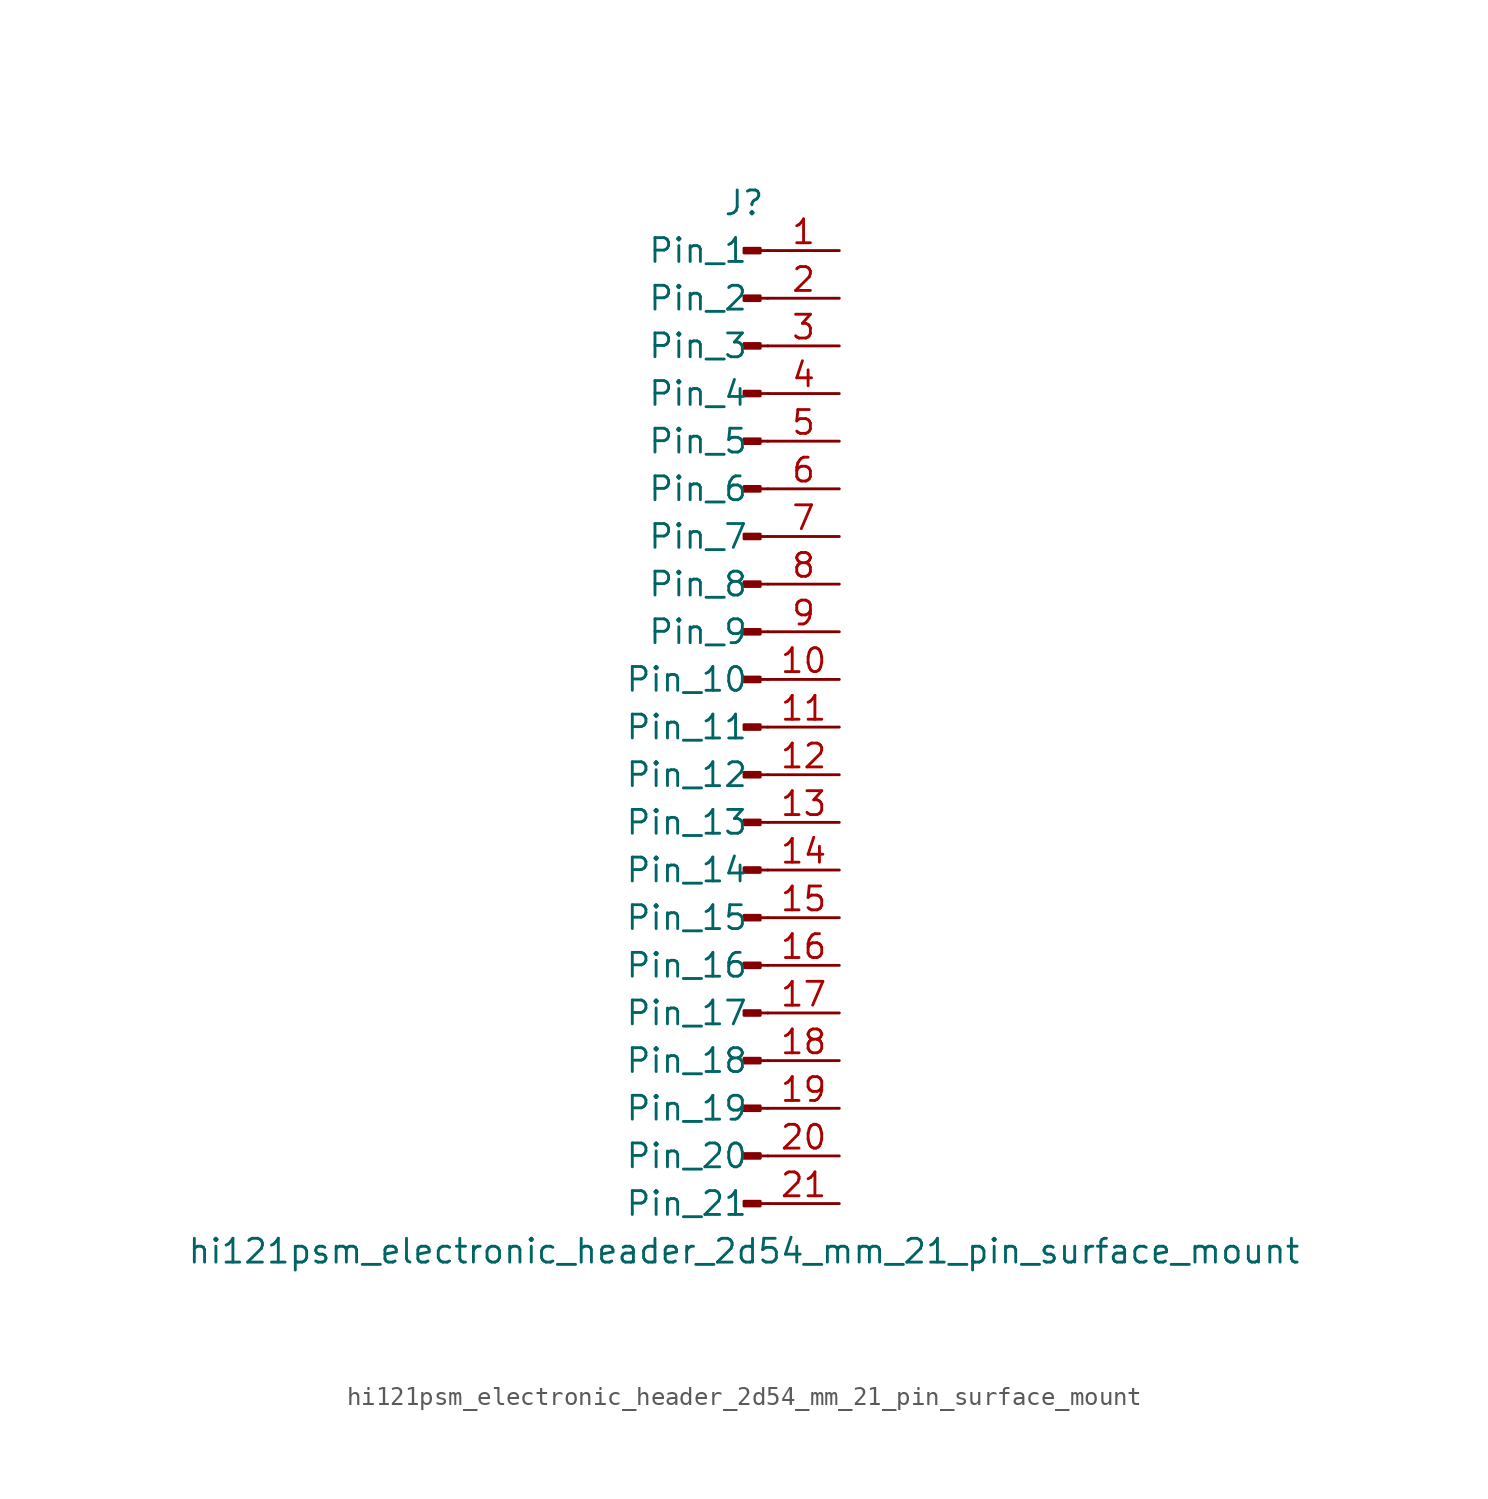
<source format=kicad_sym>
(kicad_symbol_lib
  (version 20220914)
  (generator kicad_symbol_editor)
  (symbol "hi121psm_electronic_header_2d54_mm_21_pin_surface_mount"
    (pin_names
      (offset 1.016))
    (property "Reference" "J"
      (at 0 27.94 0)
      (effects (font (size 1.27 1.27))))
    (property "Value" "hi121psm_electronic_header_2d54_mm_21_pin_surface_mount"
      (at 0 -27.94 0)
      (effects (font (size 1.27 1.27))))
    (property "ki_locked" ""
      (at 0 0 0)
      (effects (font (size 1.27 1.27))))
    (symbol "hi121psm_electronic_header_2d54_mm_21_pin_surface_mount_1_1"
      (polyline (pts (xy 1.27 -25.4) (xy 0.864 -25.4)) (stroke (width 0.152) (type default)) (fill (type none)))
      (polyline (pts (xy 1.27 -22.86) (xy 0.864 -22.86)) (stroke (width 0.152) (type default)) (fill (type none)))
      (polyline (pts (xy 1.27 -20.32) (xy 0.864 -20.32)) (stroke (width 0.152) (type default)) (fill (type none)))
      (polyline (pts (xy 1.27 -17.78) (xy 0.864 -17.78)) (stroke (width 0.152) (type default)) (fill (type none)))
      (polyline (pts (xy 1.27 -15.24) (xy 0.864 -15.24)) (stroke (width 0.152) (type default)) (fill (type none)))
      (polyline (pts (xy 1.27 -12.7) (xy 0.864 -12.7)) (stroke (width 0.152) (type default)) (fill (type none)))
      (polyline (pts (xy 1.27 -10.16) (xy 0.864 -10.16)) (stroke (width 0.152) (type default)) (fill (type none)))
      (polyline (pts (xy 1.27 -7.62) (xy 0.864 -7.62)) (stroke (width 0.152) (type default)) (fill (type none)))
      (polyline (pts (xy 1.27 -5.08) (xy 0.864 -5.08)) (stroke (width 0.152) (type default)) (fill (type none)))
      (polyline (pts (xy 1.27 -2.54) (xy 0.864 -2.54)) (stroke (width 0.152) (type default)) (fill (type none)))
      (polyline (pts (xy 1.27 0) (xy 0.864 0)) (stroke (width 0.152) (type default)) (fill (type none)))
      (polyline (pts (xy 1.27 2.54) (xy 0.864 2.54)) (stroke (width 0.152) (type default)) (fill (type none)))
      (polyline (pts (xy 1.27 5.08) (xy 0.864 5.08)) (stroke (width 0.152) (type default)) (fill (type none)))
      (polyline (pts (xy 1.27 7.62) (xy 0.864 7.62)) (stroke (width 0.152) (type default)) (fill (type none)))
      (polyline (pts (xy 1.27 10.16) (xy 0.864 10.16)) (stroke (width 0.152) (type default)) (fill (type none)))
      (polyline (pts (xy 1.27 12.7) (xy 0.864 12.7)) (stroke (width 0.152) (type default)) (fill (type none)))
      (polyline (pts (xy 1.27 15.24) (xy 0.864 15.24)) (stroke (width 0.152) (type default)) (fill (type none)))
      (polyline (pts (xy 1.27 17.78) (xy 0.864 17.78)) (stroke (width 0.152) (type default)) (fill (type none)))
      (polyline (pts (xy 1.27 20.32) (xy 0.864 20.32)) (stroke (width 0.152) (type default)) (fill (type none)))
      (polyline (pts (xy 1.27 22.86) (xy 0.864 22.86)) (stroke (width 0.152) (type default)) (fill (type none)))
      (polyline (pts (xy 1.27 25.4) (xy 0.864 25.4)) (stroke (width 0.152) (type default)) (fill (type none)))
      (rectangle (start 0.864 -25.273) (end 0 -25.527) (stroke (width 0.152) (type default)) (fill (type outline)))
      (rectangle (start 0.864 -22.733) (end 0 -22.987) (stroke (width 0.152) (type default)) (fill (type outline)))
      (rectangle (start 0.864 -20.193) (end 0 -20.447) (stroke (width 0.152) (type default)) (fill (type outline)))
      (rectangle (start 0.864 -17.653) (end 0 -17.907) (stroke (width 0.152) (type default)) (fill (type outline)))
      (rectangle (start 0.864 -15.113) (end 0 -15.367) (stroke (width 0.152) (type default)) (fill (type outline)))
      (rectangle (start 0.864 -12.573) (end 0 -12.827) (stroke (width 0.152) (type default)) (fill (type outline)))
      (rectangle (start 0.864 -10.033) (end 0 -10.287) (stroke (width 0.152) (type default)) (fill (type outline)))
      (rectangle (start 0.864 -7.493) (end 0 -7.747) (stroke (width 0.152) (type default)) (fill (type outline)))
      (rectangle (start 0.864 -4.953) (end 0 -5.207) (stroke (width 0.152) (type default)) (fill (type outline)))
      (rectangle (start 0.864 -2.413) (end 0 -2.667) (stroke (width 0.152) (type default)) (fill (type outline)))
      (rectangle (start 0.864 0.127) (end 0 -0.127) (stroke (width 0.152) (type default)) (fill (type outline)))
      (rectangle (start 0.864 2.667) (end 0 2.413) (stroke (width 0.152) (type default)) (fill (type outline)))
      (rectangle (start 0.864 5.207) (end 0 4.953) (stroke (width 0.152) (type default)) (fill (type outline)))
      (rectangle (start 0.864 7.747) (end 0 7.493) (stroke (width 0.152) (type default)) (fill (type outline)))
      (rectangle (start 0.864 10.287) (end 0 10.033) (stroke (width 0.152) (type default)) (fill (type outline)))
      (rectangle (start 0.864 12.827) (end 0 12.573) (stroke (width 0.152) (type default)) (fill (type outline)))
      (rectangle (start 0.864 15.367) (end 0 15.113) (stroke (width 0.152) (type default)) (fill (type outline)))
      (rectangle (start 0.864 17.907) (end 0 17.653) (stroke (width 0.152) (type default)) (fill (type outline)))
      (rectangle (start 0.864 20.447) (end 0 20.193) (stroke (width 0.152) (type default)) (fill (type outline)))
      (rectangle (start 0.864 22.987) (end 0 22.733) (stroke (width 0.152) (type default)) (fill (type outline)))
      (rectangle (start 0.864 25.527) (end 0 25.273) (stroke (width 0.152) (type default)) (fill (type outline)))
      (pin passive line (at 5.08 25.4 180) (length 3.81) (name "Pin_1" (effects (font (size 1.27 1.27)))) (number "1" (effects (font (size 1.27 1.27)))))
      (pin passive line (at 5.08 2.54 180) (length 3.81) (name "Pin_10" (effects (font (size 1.27 1.27)))) (number "10" (effects (font (size 1.27 1.27)))))
      (pin passive line (at 5.08 0 180) (length 3.81) (name "Pin_11" (effects (font (size 1.27 1.27)))) (number "11" (effects (font (size 1.27 1.27)))))
      (pin passive line (at 5.08 -2.54 180) (length 3.81) (name "Pin_12" (effects (font (size 1.27 1.27)))) (number "12" (effects (font (size 1.27 1.27)))))
      (pin passive line (at 5.08 -5.08 180) (length 3.81) (name "Pin_13" (effects (font (size 1.27 1.27)))) (number "13" (effects (font (size 1.27 1.27)))))
      (pin passive line (at 5.08 -7.62 180) (length 3.81) (name "Pin_14" (effects (font (size 1.27 1.27)))) (number "14" (effects (font (size 1.27 1.27)))))
      (pin passive line (at 5.08 -10.16 180) (length 3.81) (name "Pin_15" (effects (font (size 1.27 1.27)))) (number "15" (effects (font (size 1.27 1.27)))))
      (pin passive line (at 5.08 -12.7 180) (length 3.81) (name "Pin_16" (effects (font (size 1.27 1.27)))) (number "16" (effects (font (size 1.27 1.27)))))
      (pin passive line (at 5.08 -15.24 180) (length 3.81) (name "Pin_17" (effects (font (size 1.27 1.27)))) (number "17" (effects (font (size 1.27 1.27)))))
      (pin passive line (at 5.08 -17.78 180) (length 3.81) (name "Pin_18" (effects (font (size 1.27 1.27)))) (number "18" (effects (font (size 1.27 1.27)))))
      (pin passive line (at 5.08 -20.32 180) (length 3.81) (name "Pin_19" (effects (font (size 1.27 1.27)))) (number "19" (effects (font (size 1.27 1.27)))))
      (pin passive line (at 5.08 22.86 180) (length 3.81) (name "Pin_2" (effects (font (size 1.27 1.27)))) (number "2" (effects (font (size 1.27 1.27)))))
      (pin passive line (at 5.08 -22.86 180) (length 3.81) (name "Pin_20" (effects (font (size 1.27 1.27)))) (number "20" (effects (font (size 1.27 1.27)))))
      (pin passive line (at 5.08 -25.4 180) (length 3.81) (name "Pin_21" (effects (font (size 1.27 1.27)))) (number "21" (effects (font (size 1.27 1.27)))))
      (pin passive line (at 5.08 20.32 180) (length 3.81) (name "Pin_3" (effects (font (size 1.27 1.27)))) (number "3" (effects (font (size 1.27 1.27)))))
      (pin passive line (at 5.08 17.78 180) (length 3.81) (name "Pin_4" (effects (font (size 1.27 1.27)))) (number "4" (effects (font (size 1.27 1.27)))))
      (pin passive line (at 5.08 15.24 180) (length 3.81) (name "Pin_5" (effects (font (size 1.27 1.27)))) (number "5" (effects (font (size 1.27 1.27)))))
      (pin passive line (at 5.08 12.7 180) (length 3.81) (name "Pin_6" (effects (font (size 1.27 1.27)))) (number "6" (effects (font (size 1.27 1.27)))))
      (pin passive line (at 5.08 10.16 180) (length 3.81) (name "Pin_7" (effects (font (size 1.27 1.27)))) (number "7" (effects (font (size 1.27 1.27)))))
      (pin passive line (at 5.08 7.62 180) (length 3.81) (name "Pin_8" (effects (font (size 1.27 1.27)))) (number "8" (effects (font (size 1.27 1.27)))))
      (pin passive line (at 5.08 5.08 180) (length 3.81) (name "Pin_9" (effects (font (size 1.27 1.27)))) (number "9" (effects (font (size 1.27 1.27))))))))
</source>
